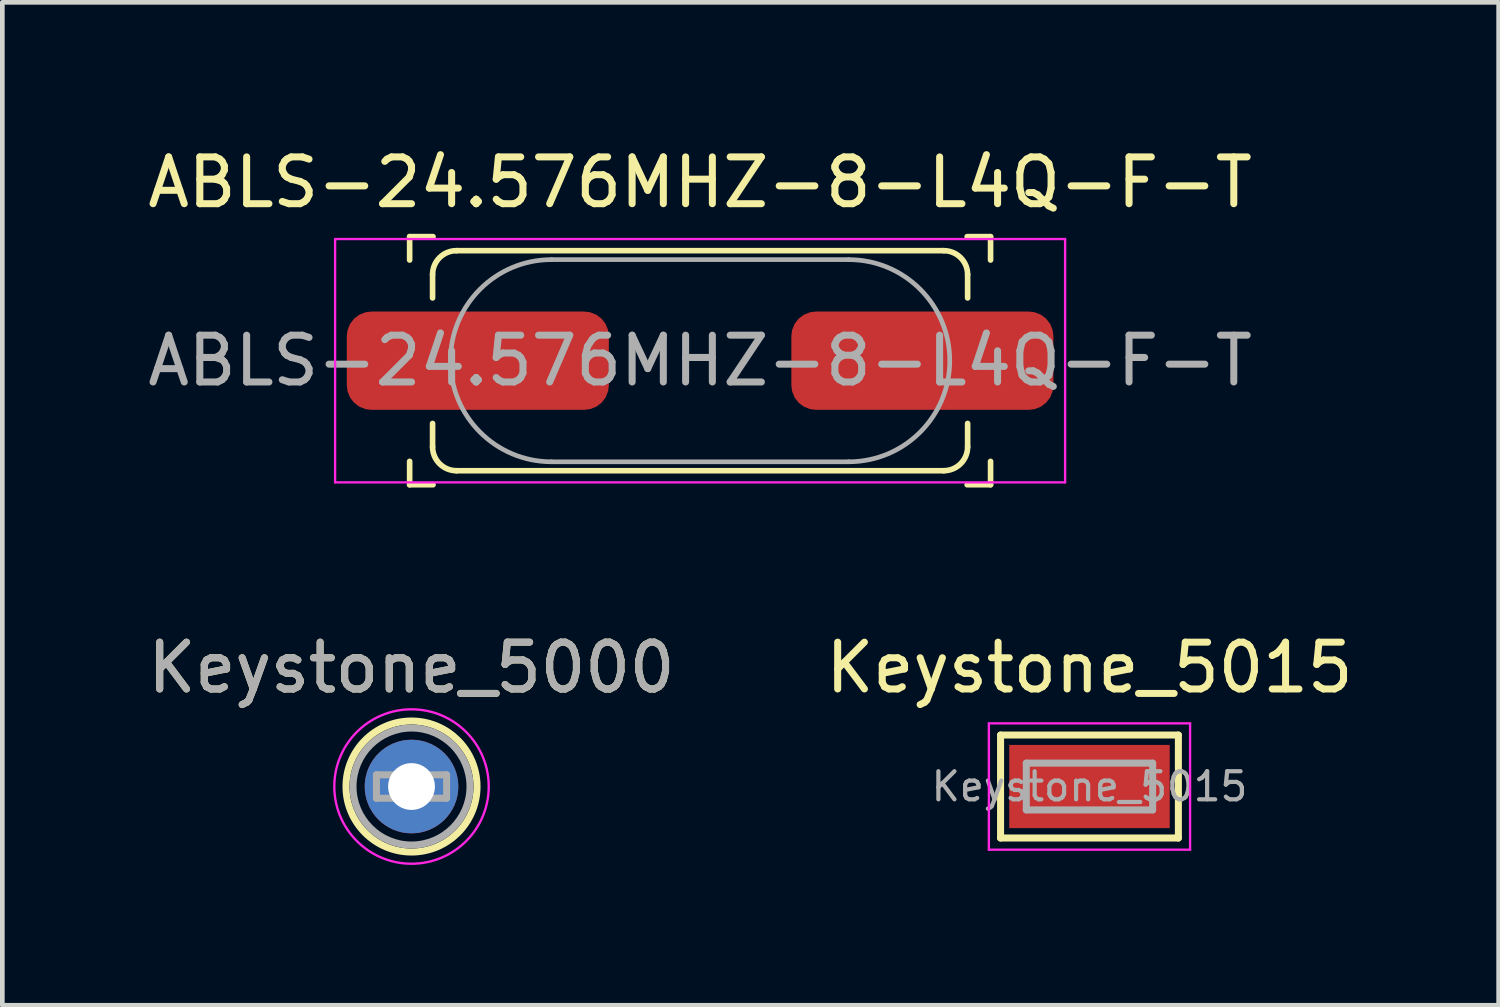
<source format=kicad_pcb>
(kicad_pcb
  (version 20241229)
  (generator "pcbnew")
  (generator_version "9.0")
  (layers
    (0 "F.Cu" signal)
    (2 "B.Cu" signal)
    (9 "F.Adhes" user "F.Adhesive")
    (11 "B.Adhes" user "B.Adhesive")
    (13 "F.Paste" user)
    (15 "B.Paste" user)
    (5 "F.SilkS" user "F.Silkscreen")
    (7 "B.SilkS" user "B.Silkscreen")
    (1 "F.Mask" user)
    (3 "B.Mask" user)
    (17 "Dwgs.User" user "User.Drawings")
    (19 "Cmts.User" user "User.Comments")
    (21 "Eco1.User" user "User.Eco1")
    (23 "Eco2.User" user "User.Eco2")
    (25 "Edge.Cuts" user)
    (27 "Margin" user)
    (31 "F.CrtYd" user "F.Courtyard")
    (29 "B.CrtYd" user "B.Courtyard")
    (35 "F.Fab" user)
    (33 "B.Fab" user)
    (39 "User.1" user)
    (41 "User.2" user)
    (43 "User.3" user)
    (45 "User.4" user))
  (footprint "Keystone_5015"
    (layer "F.Cu")
    (at 20.232 13.758)
    (property "Reference" "Keystone_5015" (at 0 -2.54 0) (layer "F.SilkS") (effects (font (size 1 1) (thickness 0.15))))
    (attr smd)
    (fp_line (start -1.9 -1.1) (end 1.9 -1.1) (stroke (width 0.15) (type solid)) (layer "F.SilkS"))
    (fp_line (start -1.9 1.1) (end -1.9 -1.1) (stroke (width 0.15) (type solid)) (layer "F.SilkS"))
    (fp_line (start 1.9 -1.1) (end 1.9 1.1) (stroke (width 0.15) (type solid)) (layer "F.SilkS"))
    (fp_line (start 1.9 1.1) (end -1.9 1.1) (stroke (width 0.15) (type solid)) (layer "F.SilkS"))
    (fp_line (start -2.15 -1.35) (end 2.15 -1.35) (stroke (width 0.05) (type solid)) (layer "F.CrtYd"))
    (fp_line (start -2.15 1.35) (end -2.15 -1.35) (stroke (width 0.05) (type solid)) (layer "F.CrtYd"))
    (fp_line (start 2.15 -1.35) (end 2.15 1.35) (stroke (width 0.05) (type solid)) (layer "F.CrtYd"))
    (fp_line (start 2.15 1.35) (end -2.15 1.35) (stroke (width 0.05) (type solid)) (layer "F.CrtYd"))
    (fp_line (start -1.35 0.5) (end -1.35 -0.5) (stroke (width 0.15) (type solid)) (layer "F.Fab"))
    (fp_line (start -1.35 0.5) (end 1.35 0.5) (stroke (width 0.15) (type solid)) (layer "F.Fab"))
    (fp_line (start 1.35 -0.5) (end -1.35 -0.5) (stroke (width 0.15) (type solid)) (layer "F.Fab"))
    (fp_line (start 1.35 -0.5) (end 1.35 0.5) (stroke (width 0.15) (type solid)) (layer "F.Fab"))
    (fp_text user "${REFERENCE}" (at 0 0 0) (layer "F.Fab") (effects (font (size 0.6 0.6) (thickness 0.09))))
    (pad "1" smd rect (at 0 0) (size 3.429 1.778) (layers "F.Cu" "F.Mask" "F.Paste")))
  (footprint "Keystone_5000"
    (layer "F.Cu")
    (at 5.744 13.758)
    (property "Reference" "Keystone_5000" (at 0 -2.54 0) (layer "F.SilkS") (effects (font (size 1 1) (thickness 0.15))))
    (attr through_hole)
    (fp_circle (center 0 0) (end 1.4 0) (stroke (width 0.15) (type solid)) (fill no) (layer "F.SilkS"))
    (fp_circle (center 0 0) (end 1.65 0) (stroke (width 0.05) (type solid)) (fill no) (layer "F.CrtYd"))
    (fp_line (start -0.75 -0.25) (end 0.75 -0.25) (stroke (width 0.15) (type solid)) (layer "F.Fab"))
    (fp_line (start -0.75 0.25) (end -0.75 -0.25) (stroke (width 0.15) (type solid)) (layer "F.Fab"))
    (fp_line (start 0.75 -0.25) (end 0.75 0.25) (stroke (width 0.15) (type solid)) (layer "F.Fab"))
    (fp_line (start 0.75 0.25) (end -0.75 0.25) (stroke (width 0.15) (type solid)) (layer "F.Fab"))
    (fp_circle (center 0 0) (end 1.25 0) (stroke (width 0.15) (type solid)) (fill no) (layer "F.Fab"))
    (fp_text user "${REFERENCE}" (at 0 -2.54 0) (layer "F.Fab") (effects (font (size 1 1) (thickness 0.15))))
    (pad "1" thru_hole circle (at 0 0) (size 2 2) (drill 1) (layers "*.Cu" "*.Mask")))
  (footprint "ABLS-24.576MHZ-8-L4Q-F-T"
    (layer "F.Cu")
    (at 11.911 4.658)
    (property "Reference" "ABLS-24.576MHZ-8-L4Q-F-T" (at 0 -3.81 0) (layer "F.SilkS") (effects (font (size 1 1) (thickness 0.15))))
    (attr smd)
    (fp_line (start -6.207 -2.651) (end -6.207 -2.151) (stroke (width 0.12) (type solid)) (layer "F.SilkS"))
    (fp_line (start -6.207 -2.651) (end -5.707 -2.651) (stroke (width 0.12) (type solid)) (layer "F.SilkS"))
    (fp_line (start -6.207 2.651) (end -6.207 2.151) (stroke (width 0.12) (type solid)) (layer "F.SilkS"))
    (fp_line (start -6.207 2.651) (end -5.707 2.651) (stroke (width 0.12) (type solid)) (layer "F.SilkS"))
    (fp_line (start -5.717 -1.841) (end -5.717 -1.341) (stroke (width 0.12) (type solid)) (layer "F.SilkS"))
    (fp_line (start -5.717 1.341) (end -5.717 1.841) (stroke (width 0.12) (type solid)) (layer "F.SilkS"))
    (fp_line (start -5.207 2.351) (end 5.207 2.351) (stroke (width 0.12) (type solid)) (layer "F.SilkS"))
    (fp_line (start 5.207 -2.351) (end -5.207 -2.351) (stroke (width 0.12) (type solid)) (layer "F.SilkS"))
    (fp_line (start 5.707 2.651) (end 6.207 2.651) (stroke (width 0.12) (type solid)) (layer "F.SilkS"))
    (fp_line (start 5.717 -1.841) (end 5.717 -1.341) (stroke (width 0.12) (type solid)) (layer "F.SilkS"))
    (fp_line (start 5.717 1.341) (end 5.717 1.841) (stroke (width 0.12) (type solid)) (layer "F.SilkS"))
    (fp_line (start 6.207 -2.651) (end 5.707 -2.651) (stroke (width 0.12) (type solid)) (layer "F.SilkS"))
    (fp_line (start 6.207 -2.151) (end 6.207 -2.651) (stroke (width 0.12) (type solid)) (layer "F.SilkS"))
    (fp_line (start 6.207 2.651) (end 6.207 2.151) (stroke (width 0.12) (type solid)) (layer "F.SilkS"))
    (fp_arc (start -5.717 -1.841) (mid -5.567624 -2.201624) (end -5.207 -2.351) (stroke (width 0.12) (type solid)) (layer "F.SilkS"))
    (fp_arc (start -5.207 2.351) (mid -5.567624 2.201624) (end -5.717 1.841) (stroke (width 0.12) (type solid)) (layer "F.SilkS"))
    (fp_arc (start 5.207 -2.351) (mid 5.567624 -2.201624) (end 5.717 -1.841) (stroke (width 0.12) (type solid)) (layer "F.SilkS"))
    (fp_arc (start 5.717 1.841) (mid 5.567624 2.201624) (end 5.207 2.351) (stroke (width 0.12) (type solid)) (layer "F.SilkS"))
    (fp_line (start -7.8 -2.6) (end -7.8 2.6) (stroke (width 0.05) (type solid)) (layer "F.CrtYd"))
    (fp_line (start -7.8 2.6) (end 7.8 2.6) (stroke (width 0.05) (type solid)) (layer "F.CrtYd"))
    (fp_line (start 7.8 -2.6) (end -7.8 -2.6) (stroke (width 0.05) (type solid)) (layer "F.CrtYd"))
    (fp_line (start 7.8 2.6) (end 7.8 -2.6) (stroke (width 0.05) (type solid)) (layer "F.CrtYd"))
    (fp_line (start -3.175 -2.16) (end 3.175 -2.16) (stroke (width 0.1) (type solid)) (layer "F.Fab"))
    (fp_line (start -3.175 2.16) (end 3.175 2.16) (stroke (width 0.1) (type solid)) (layer "F.Fab"))
    (fp_arc (start -3.175 2.16) (mid -5.335 0) (end -3.175 -2.16) (stroke (width 0.1) (type solid)) (layer "F.Fab"))
    (fp_arc (start 3.175 -2.16) (mid 5.335 0) (end 3.175 2.16) (stroke (width 0.1) (type solid)) (layer "F.Fab"))
    (fp_text user "${REFERENCE}" (at 0 0 0) (layer "F.Fab") (effects (font (size 1 1) (thickness 0.15))))
    (pad "1" smd roundrect (at -4.75 0) (size 5.6 2.1) (layers "F.Cu" "F.Mask" "F.Paste") (roundrect_rratio 0.25))
    (pad "2" smd roundrect (at 4.75 0) (size 5.6 2.1) (layers "F.Cu" "F.Mask" "F.Paste") (roundrect_rratio 0.25)))
  (gr_rect
    (start -3 -3)
    (end 28.976 18.433)
    (stroke (width 0.1) (type default))
    (fill no)
    (layer "Edge.Cuts")))
</source>
